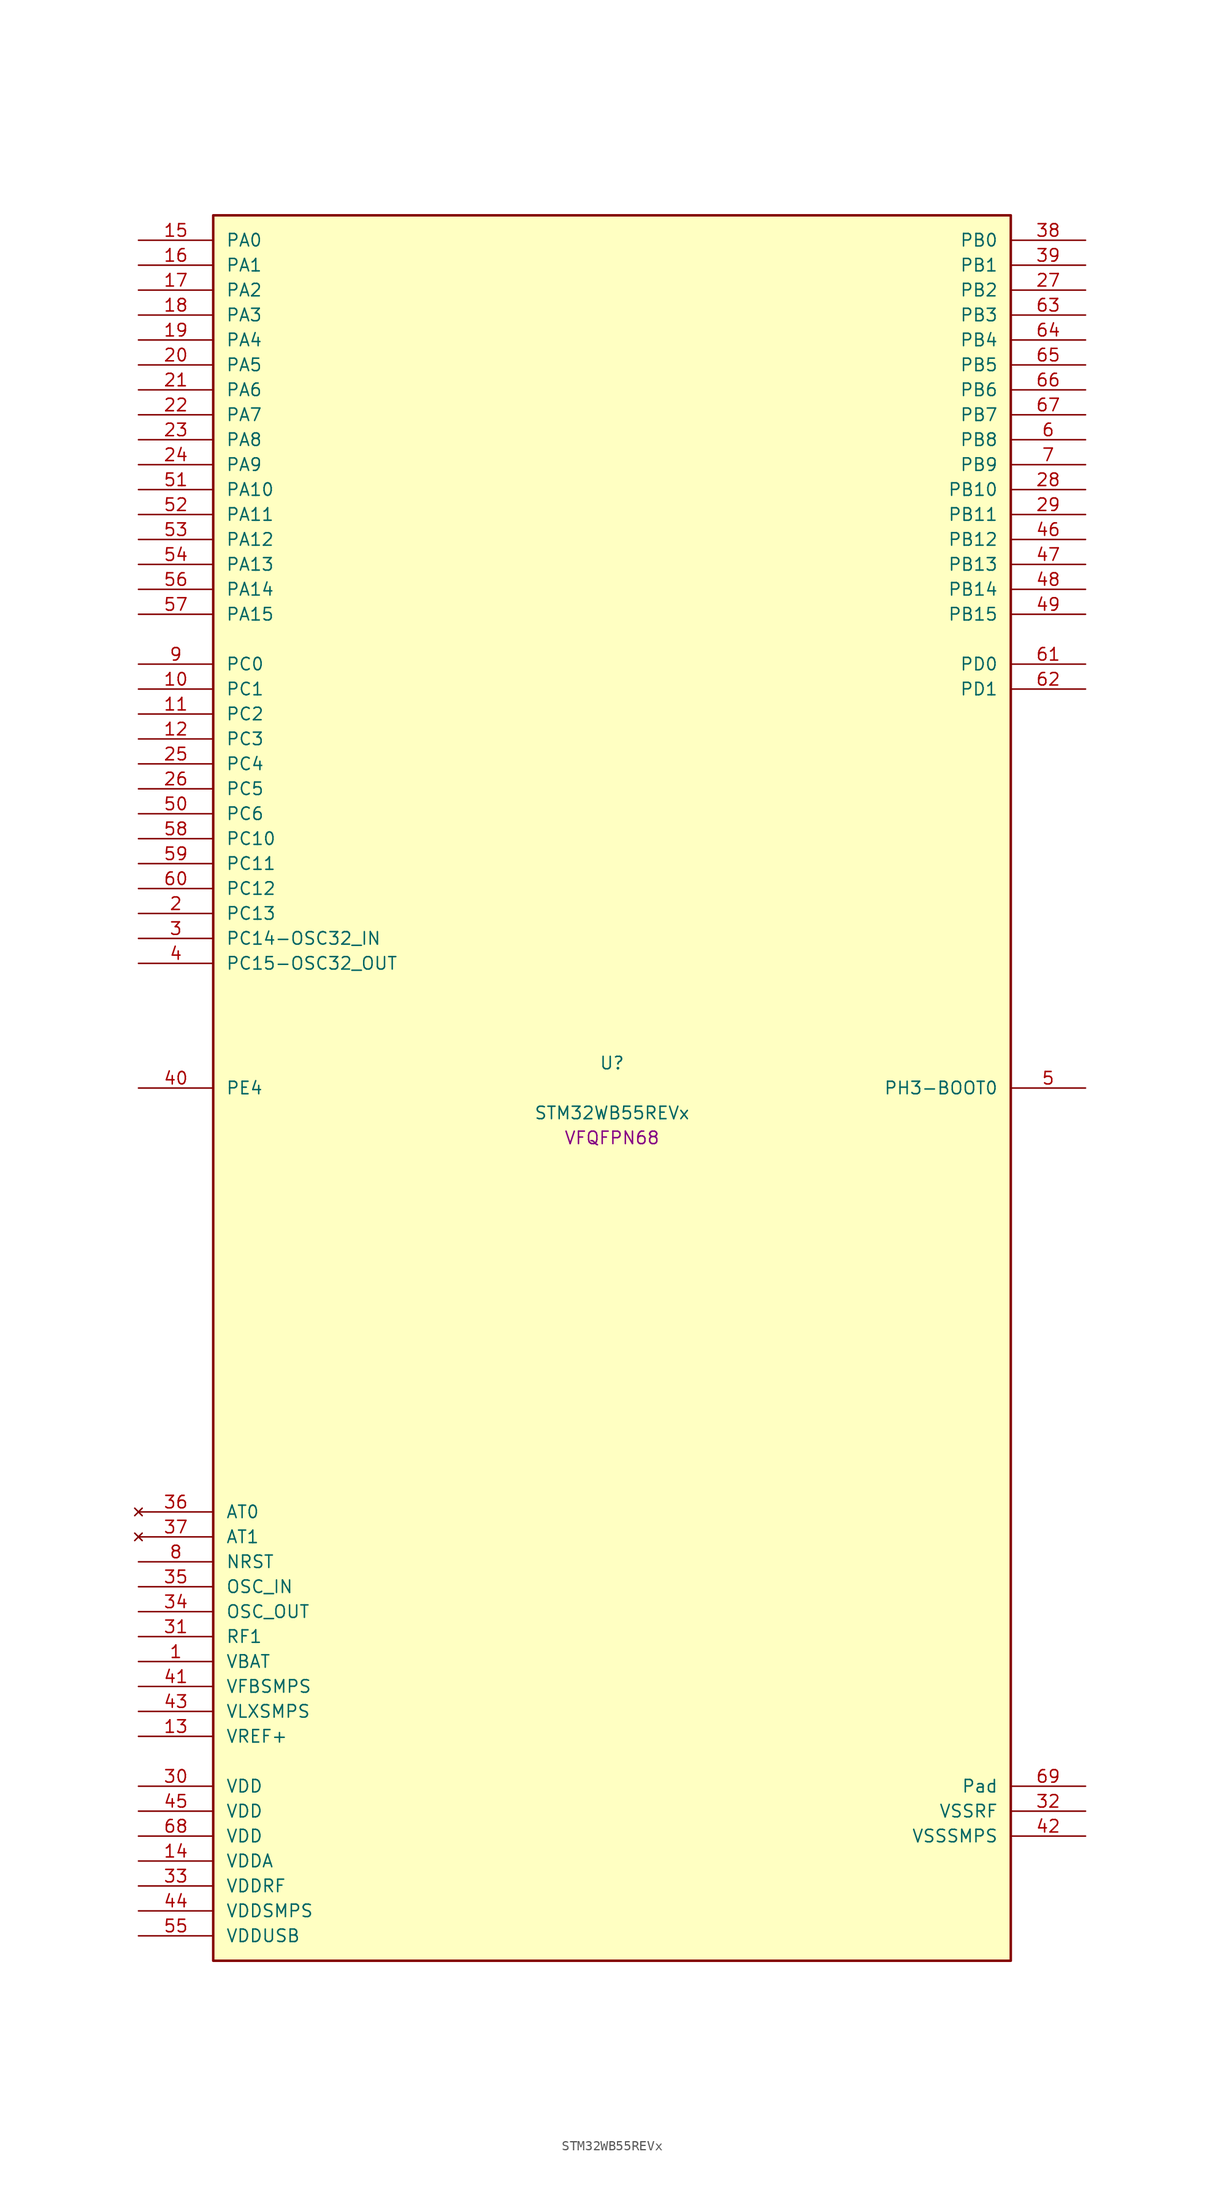
<source format=kicad_sym>
(kicad_symbol_lib
  (version 20241209)
  (generator "stm32_pkl_generator")
  (generator_version "1.0")
  (symbol "STM32WB55REVx"
    (pin_names
      (offset 1.27))
    (property "Reference" "U"
      (at 0 2.54 0))
    (property "Value" "STM32WB55REVx"
      (at 0 -2.54 0))
    (property "Footprint" "VFQFPN68"
      (at 0 -5.08 0))
    (symbol "STM32WB55REVx_1_1"
      (rectangle (start -40.64 88.9) (end 40.64 -88.9) (stroke (width 0.254) (type solid)) (fill (type background)))
      (pin bidirectional line (at -48.26 86.36 0) (length 7.62) (name "PA0") (number "15") (alternate "PA0/ADC1_IN5" bidirectional line) (alternate "PA0/COMP1_INM" bidirectional line) (alternate "PA0/COMP1_OUT" bidirectional line) (alternate "PA0/RTC_TAMP2" bidirectional line) (alternate "PA0/SAI1_EXTCLK" bidirectional line) (alternate "PA0/SYS_WKUP1" bidirectional line) (alternate "PA0/TIM2_CH1" bidirectional line) (alternate "PA0/TIM2_ETR" bidirectional line))
      (pin bidirectional line (at -48.26 83.82 0) (length 7.62) (name "PA1") (number "16") (alternate "PA1/ADC1_IN6" bidirectional line) (alternate "PA1/COMP1_INP" bidirectional line) (alternate "PA1/I2C1_SMBA" bidirectional line) (alternate "PA1/LCD_SEG0" bidirectional line) (alternate "PA1/SPI1_SCK" bidirectional line) (alternate "PA1/TIM2_CH2" bidirectional line))
      (pin bidirectional line (at -48.26 81.28 0) (length 7.62) (name "PA2") (number "17") (alternate "PA2/ADC1_IN7" bidirectional line) (alternate "PA2/COMP2_INM" bidirectional line) (alternate "PA2/COMP2_OUT" bidirectional line) (alternate "PA2/LCD_SEG1" bidirectional line) (alternate "PA2/LPUART1_TX" bidirectional line) (alternate "PA2/QUADSPI_BK1_NCS" bidirectional line) (alternate "PA2/RCC_LSCO" bidirectional line) (alternate "PA2/SYS_WKUP4" bidirectional line) (alternate "PA2/TIM2_CH3" bidirectional line))
      (pin bidirectional line (at -48.26 78.74 0) (length 7.62) (name "PA3") (number "18") (alternate "PA3/ADC1_IN8" bidirectional line) (alternate "PA3/COMP2_INP" bidirectional line) (alternate "PA3/LCD_SEG2" bidirectional line) (alternate "PA3/LPUART1_RX" bidirectional line) (alternate "PA3/QUADSPI_CLK" bidirectional line) (alternate "PA3/SAI1_CK1" bidirectional line) (alternate "PA3/SAI1_MCLK_A" bidirectional line) (alternate "PA3/TIM2_CH4" bidirectional line))
      (pin bidirectional line (at -48.26 76.2 0) (length 7.62) (name "PA4") (number "19") (alternate "PA4/ADC1_IN9" bidirectional line) (alternate "PA4/COMP1_INM" bidirectional line) (alternate "PA4/COMP2_INM" bidirectional line) (alternate "PA4/LCD_SEG5" bidirectional line) (alternate "PA4/LPTIM2_OUT" bidirectional line) (alternate "PA4/SAI1_FS_B" bidirectional line) (alternate "PA4/SPI1_NSS" bidirectional line))
      (pin bidirectional line (at -48.26 73.66 0) (length 7.62) (name "PA5") (number "20") (alternate "PA5/ADC1_IN10" bidirectional line) (alternate "PA5/COMP1_INM" bidirectional line) (alternate "PA5/COMP2_INM" bidirectional line) (alternate "PA5/LPTIM2_ETR" bidirectional line) (alternate "PA5/SAI1_SD_B" bidirectional line) (alternate "PA5/SPI1_SCK" bidirectional line) (alternate "PA5/TIM2_CH1" bidirectional line) (alternate "PA5/TIM2_ETR" bidirectional line))
      (pin bidirectional line (at -48.26 71.12 0) (length 7.62) (name "PA6") (number "21") (alternate "PA6/ADC1_IN11" bidirectional line) (alternate "PA6/LCD_SEG3" bidirectional line) (alternate "PA6/LPUART1_CTS" bidirectional line) (alternate "PA6/QUADSPI_BK1_IO3" bidirectional line) (alternate "PA6/SPI1_MISO" bidirectional line) (alternate "PA6/TIM16_CH1" bidirectional line) (alternate "PA6/TIM1_BKIN" bidirectional line))
      (pin bidirectional line (at -48.26 68.58 0) (length 7.62) (name "PA7") (number "22") (alternate "PA7/ADC1_IN12" bidirectional line) (alternate "PA7/COMP2_OUT" bidirectional line) (alternate "PA7/I2C3_SCL" bidirectional line) (alternate "PA7/LCD_SEG4" bidirectional line) (alternate "PA7/QUADSPI_BK1_IO2" bidirectional line) (alternate "PA7/SPI1_MOSI" bidirectional line) (alternate "PA7/TIM17_CH1" bidirectional line) (alternate "PA7/TIM1_CH1N" bidirectional line))
      (pin bidirectional line (at -48.26 66.04 0) (length 7.62) (name "PA8") (number "23") (alternate "PA8/ADC1_IN15" bidirectional line) (alternate "PA8/LCD_COM0" bidirectional line) (alternate "PA8/LPTIM2_OUT" bidirectional line) (alternate "PA8/RCC_MCO" bidirectional line) (alternate "PA8/SAI1_CK2" bidirectional line) (alternate "PA8/SAI1_SCK_A" bidirectional line) (alternate "PA8/TIM1_CH1" bidirectional line) (alternate "PA8/USART1_CK" bidirectional line))
      (pin bidirectional line (at -48.26 63.5 0) (length 7.62) (name "PA9") (number "24") (alternate "PA9/ADC1_IN16" bidirectional line) (alternate "PA9/COMP1_INM" bidirectional line) (alternate "PA9/I2C1_SCL" bidirectional line) (alternate "PA9/LCD_COM1" bidirectional line) (alternate "PA9/SAI1_D2" bidirectional line) (alternate "PA9/SAI1_FS_A" bidirectional line) (alternate "PA9/SPI2_SCK" bidirectional line) (alternate "PA9/TIM1_CH2" bidirectional line) (alternate "PA9/USART1_TX" bidirectional line))
      (pin bidirectional line (at -48.26 60.96 0) (length 7.62) (name "PA10") (number "51") (alternate "PA10/CRS_SYNC" bidirectional line) (alternate "PA10/I2C1_SDA" bidirectional line) (alternate "PA10/LCD_COM2" bidirectional line) (alternate "PA10/SAI1_D1" bidirectional line) (alternate "PA10/SAI1_SD_A" bidirectional line) (alternate "PA10/TIM17_BKIN" bidirectional line) (alternate "PA10/TIM1_CH3" bidirectional line) (alternate "PA10/USART1_RX" bidirectional line))
      (pin bidirectional line (at -48.26 58.42 0) (length 7.62) (name "PA11") (number "52") (alternate "PA11/ADC1_EXTI11" bidirectional line) (alternate "PA11/SPI1_MISO" bidirectional line) (alternate "PA11/TIM1_BKIN2" bidirectional line) (alternate "PA11/TIM1_CH4" bidirectional line) (alternate "PA11/USART1_CTS" bidirectional line) (alternate "PA11/USART1_NSS" bidirectional line) (alternate "PA11/USB_DM" bidirectional line))
      (pin bidirectional line (at -48.26 55.88 0) (length 7.62) (name "PA12") (number "53") (alternate "PA12/LPUART1_RX" bidirectional line) (alternate "PA12/SPI1_MOSI" bidirectional line) (alternate "PA12/TIM1_ETR" bidirectional line) (alternate "PA12/USART1_DE" bidirectional line) (alternate "PA12/USART1_RTS" bidirectional line) (alternate "PA12/USB_DP" bidirectional line))
      (pin bidirectional line (at -48.26 53.34 0) (length 7.62) (name "PA13") (number "54") (alternate "PA13/IR_OUT" bidirectional line) (alternate "PA13/SAI1_SD_B" bidirectional line) (alternate "PA13/SYS_JTMS-SWDIO" bidirectional line) (alternate "PA13/USB_NOE" bidirectional line))
      (pin bidirectional line (at -48.26 50.8 0) (length 7.62) (name "PA14") (number "56") (alternate "PA14/I2C1_SMBA" bidirectional line) (alternate "PA14/LCD_SEG5" bidirectional line) (alternate "PA14/LPTIM1_OUT" bidirectional line) (alternate "PA14/SAI1_FS_B" bidirectional line) (alternate "PA14/SYS_JTCK-SWCLK" bidirectional line))
      (pin bidirectional line (at -48.26 48.26 0) (length 7.62) (name "PA15") (number "57") (alternate "PA15/ADC1_EXTI15" bidirectional line) (alternate "PA15/LCD_SEG17" bidirectional line) (alternate "PA15/RCC_MCO" bidirectional line) (alternate "PA15/SPI1_NSS" bidirectional line) (alternate "PA15/SYS_JTDI" bidirectional line) (alternate "PA15/TIM2_CH1" bidirectional line) (alternate "PA15/TIM2_ETR" bidirectional line) (alternate "PA15/TSC_G3_IO1" bidirectional line))
      (pin bidirectional line (at 48.26 86.36 180) (length 7.62) (name "PB0") (number "38") (alternate "PB0/COMP1_OUT" bidirectional line) (alternate "PB0/RF_TX_MOD_EXT_PA" bidirectional line))
      (pin bidirectional line (at 48.26 83.82 180) (length 7.62) (name "PB1") (number "39") (alternate "PB1/LPTIM2_IN1" bidirectional line) (alternate "PB1/LPUART1_DE" bidirectional line) (alternate "PB1/LPUART1_RTS" bidirectional line))
      (pin bidirectional line (at 48.26 81.28 180) (length 7.62) (name "PB2") (number "27") (alternate "PB2/COMP1_INP" bidirectional line) (alternate "PB2/I2C3_SMBA" bidirectional line) (alternate "PB2/LCD_VLCD" bidirectional line) (alternate "PB2/LPTIM1_OUT" bidirectional line) (alternate "PB2/RTC_OUT2" bidirectional line) (alternate "PB2/SAI1_EXTCLK" bidirectional line) (alternate "PB2/SPI1_NSS" bidirectional line))
      (pin bidirectional line (at 48.26 78.74 180) (length 7.62) (name "PB3") (number "63") (alternate "PB3/COMP2_INM" bidirectional line) (alternate "PB3/LCD_SEG7" bidirectional line) (alternate "PB3/SAI1_SCK_B" bidirectional line) (alternate "PB3/SPI1_SCK" bidirectional line) (alternate "PB3/SYS_JTDO-SWO" bidirectional line) (alternate "PB3/TIM2_CH2" bidirectional line) (alternate "PB3/USART1_DE" bidirectional line) (alternate "PB3/USART1_RTS" bidirectional line))
      (pin bidirectional line (at 48.26 76.2 180) (length 7.62) (name "PB4") (number "64") (alternate "PB4/COMP2_INP" bidirectional line) (alternate "PB4/I2C3_SDA" bidirectional line) (alternate "PB4/LCD_SEG8" bidirectional line) (alternate "PB4/SAI1_MCLK_B" bidirectional line) (alternate "PB4/SPI1_MISO" bidirectional line) (alternate "PB4/SYS_JTRST" bidirectional line) (alternate "PB4/TIM17_BKIN" bidirectional line) (alternate "PB4/TSC_G2_IO1" bidirectional line) (alternate "PB4/USART1_CTS" bidirectional line) (alternate "PB4/USART1_NSS" bidirectional line))
      (pin bidirectional line (at 48.26 73.66 180) (length 7.62) (name "PB5") (number "65") (alternate "PB5/COMP2_OUT" bidirectional line) (alternate "PB5/I2C1_SMBA" bidirectional line) (alternate "PB5/LCD_SEG9" bidirectional line) (alternate "PB5/LPTIM1_IN1" bidirectional line) (alternate "PB5/LPUART1_TX" bidirectional line) (alternate "PB5/SAI1_SD_B" bidirectional line) (alternate "PB5/SPI1_MOSI" bidirectional line) (alternate "PB5/TIM16_BKIN" bidirectional line) (alternate "PB5/TSC_G2_IO2" bidirectional line) (alternate "PB5/USART1_CK" bidirectional line))
      (pin bidirectional line (at 48.26 71.12 180) (length 7.62) (name "PB6") (number "66") (alternate "PB6/COMP2_INP" bidirectional line) (alternate "PB6/I2C1_SCL" bidirectional line) (alternate "PB6/LCD_SEG6" bidirectional line) (alternate "PB6/LPTIM1_ETR" bidirectional line) (alternate "PB6/RCC_MCO" bidirectional line) (alternate "PB6/SAI1_FS_B" bidirectional line) (alternate "PB6/TIM16_CH1N" bidirectional line) (alternate "PB6/TSC_G2_IO3" bidirectional line) (alternate "PB6/USART1_TX" bidirectional line))
      (pin bidirectional line (at 48.26 68.58 180) (length 7.62) (name "PB7") (number "67") (alternate "PB7/COMP2_INM" bidirectional line) (alternate "PB7/I2C1_SDA" bidirectional line) (alternate "PB7/LCD_SEG21" bidirectional line) (alternate "PB7/LPTIM1_IN2" bidirectional line) (alternate "PB7/SYS_PVD_IN" bidirectional line) (alternate "PB7/TIM17_CH1N" bidirectional line) (alternate "PB7/TIM1_BKIN" bidirectional line) (alternate "PB7/TSC_G2_IO4" bidirectional line) (alternate "PB7/USART1_RX" bidirectional line))
      (pin bidirectional line (at 48.26 66.04 180) (length 7.62) (name "PB8") (number "6") (alternate "PB8/I2C1_SCL" bidirectional line) (alternate "PB8/LCD_SEG16" bidirectional line) (alternate "PB8/QUADSPI_BK1_IO1" bidirectional line) (alternate "PB8/SAI1_CK1" bidirectional line) (alternate "PB8/SAI1_MCLK_A" bidirectional line) (alternate "PB8/TIM16_CH1" bidirectional line) (alternate "PB8/TIM1_CH2N" bidirectional line))
      (pin bidirectional line (at 48.26 63.5 180) (length 7.62) (name "PB9") (number "7") (alternate "PB9/I2C1_SDA" bidirectional line) (alternate "PB9/IR_OUT" bidirectional line) (alternate "PB9/LCD_COM3" bidirectional line) (alternate "PB9/QUADSPI_BK1_IO0" bidirectional line) (alternate "PB9/SAI1_D2" bidirectional line) (alternate "PB9/SAI1_FS_A" bidirectional line) (alternate "PB9/SPI2_NSS" bidirectional line) (alternate "PB9/TIM17_CH1" bidirectional line) (alternate "PB9/TIM1_CH3N" bidirectional line))
      (pin bidirectional line (at 48.26 60.96 180) (length 7.62) (name "PB10") (number "28") (alternate "PB10/COMP1_OUT" bidirectional line) (alternate "PB10/I2C3_SCL" bidirectional line) (alternate "PB10/LCD_SEG10" bidirectional line) (alternate "PB10/LPUART1_RX" bidirectional line) (alternate "PB10/QUADSPI_CLK" bidirectional line) (alternate "PB10/SAI1_SCK_A" bidirectional line) (alternate "PB10/SPI2_SCK" bidirectional line) (alternate "PB10/TIM2_CH3" bidirectional line) (alternate "PB10/TSC_SYNC" bidirectional line))
      (pin bidirectional line (at 48.26 58.42 180) (length 7.62) (name "PB11") (number "29") (alternate "PB11/ADC1_EXTI11" bidirectional line) (alternate "PB11/COMP2_OUT" bidirectional line) (alternate "PB11/I2C3_SDA" bidirectional line) (alternate "PB11/LCD_SEG11" bidirectional line) (alternate "PB11/LPUART1_TX" bidirectional line) (alternate "PB11/QUADSPI_BK1_NCS" bidirectional line) (alternate "PB11/TIM2_CH4" bidirectional line))
      (pin bidirectional line (at 48.26 55.88 180) (length 7.62) (name "PB12") (number "46") (alternate "PB12/I2C3_SMBA" bidirectional line) (alternate "PB12/LCD_SEG12" bidirectional line) (alternate "PB12/LPUART1_DE" bidirectional line) (alternate "PB12/LPUART1_RTS" bidirectional line) (alternate "PB12/SAI1_FS_A" bidirectional line) (alternate "PB12/SPI2_NSS" bidirectional line) (alternate "PB12/TIM1_BKIN" bidirectional line) (alternate "PB12/TSC_G1_IO1" bidirectional line))
      (pin bidirectional line (at 48.26 53.34 180) (length 7.62) (name "PB13") (number "47") (alternate "PB13/I2C3_SCL" bidirectional line) (alternate "PB13/LCD_SEG13" bidirectional line) (alternate "PB13/LPUART1_CTS" bidirectional line) (alternate "PB13/SAI1_SCK_A" bidirectional line) (alternate "PB13/SPI2_SCK" bidirectional line) (alternate "PB13/TIM1_CH1N" bidirectional line) (alternate "PB13/TSC_G1_IO2" bidirectional line))
      (pin bidirectional line (at 48.26 50.8 180) (length 7.62) (name "PB14") (number "48") (alternate "PB14/I2C3_SDA" bidirectional line) (alternate "PB14/LCD_SEG14" bidirectional line) (alternate "PB14/SAI1_MCLK_A" bidirectional line) (alternate "PB14/SPI2_MISO" bidirectional line) (alternate "PB14/TIM1_CH2N" bidirectional line) (alternate "PB14/TSC_G1_IO3" bidirectional line))
      (pin bidirectional line (at 48.26 48.26 180) (length 7.62) (name "PB15") (number "49") (alternate "PB15/ADC1_EXTI15" bidirectional line) (alternate "PB15/LCD_SEG15" bidirectional line) (alternate "PB15/RTC_REFIN" bidirectional line) (alternate "PB15/SAI1_SD_A" bidirectional line) (alternate "PB15/SPI2_MOSI" bidirectional line) (alternate "PB15/TIM1_CH3N" bidirectional line) (alternate "PB15/TSC_G1_IO4" bidirectional line))
      (pin bidirectional line (at -48.26 43.18 0) (length 7.62) (name "PC0") (number "9") (alternate "PC0/ADC1_IN1" bidirectional line) (alternate "PC0/I2C3_SCL" bidirectional line) (alternate "PC0/LCD_SEG18" bidirectional line) (alternate "PC0/LPTIM1_IN1" bidirectional line) (alternate "PC0/LPTIM2_IN1" bidirectional line) (alternate "PC0/LPUART1_RX" bidirectional line))
      (pin bidirectional line (at -48.26 40.64 0) (length 7.62) (name "PC1") (number "10") (alternate "PC1/ADC1_IN2" bidirectional line) (alternate "PC1/I2C3_SDA" bidirectional line) (alternate "PC1/LCD_SEG19" bidirectional line) (alternate "PC1/LPTIM1_OUT" bidirectional line) (alternate "PC1/LPUART1_TX" bidirectional line) (alternate "PC1/SPI2_MOSI" bidirectional line))
      (pin bidirectional line (at -48.26 38.1 0) (length 7.62) (name "PC2") (number "11") (alternate "PC2/ADC1_IN3" bidirectional line) (alternate "PC2/LCD_SEG20" bidirectional line) (alternate "PC2/LPTIM1_IN2" bidirectional line) (alternate "PC2/SPI2_MISO" bidirectional line))
      (pin bidirectional line (at -48.26 35.56 0) (length 7.62) (name "PC3") (number "12") (alternate "PC3/ADC1_IN4" bidirectional line) (alternate "PC3/LCD_VLCD" bidirectional line) (alternate "PC3/LPTIM1_ETR" bidirectional line) (alternate "PC3/LPTIM2_ETR" bidirectional line) (alternate "PC3/SAI1_D1" bidirectional line) (alternate "PC3/SAI1_SD_A" bidirectional line) (alternate "PC3/SPI2_MOSI" bidirectional line))
      (pin bidirectional line (at -48.26 33.02 0) (length 7.62) (name "PC4") (number "25") (alternate "PC4/ADC1_IN13" bidirectional line) (alternate "PC4/COMP1_INM" bidirectional line) (alternate "PC4/LCD_SEG22" bidirectional line))
      (pin bidirectional line (at -48.26 30.48 0) (length 7.62) (name "PC5") (number "26") (alternate "PC5/ADC1_IN14" bidirectional line) (alternate "PC5/COMP1_INP" bidirectional line) (alternate "PC5/LCD_SEG23" bidirectional line) (alternate "PC5/SAI1_D3" bidirectional line) (alternate "PC5/SYS_WKUP5" bidirectional line))
      (pin bidirectional line (at -48.26 27.94 0) (length 7.62) (name "PC6") (number "50") (alternate "PC6/LCD_SEG24" bidirectional line))
      (pin bidirectional line (at -48.26 25.4 0) (length 7.62) (name "PC10") (number "58") (alternate "PC10/LCD_COM4" bidirectional line) (alternate "PC10/LCD_SEG28" bidirectional line) (alternate "PC10/LCD_SEG40" bidirectional line) (alternate "PC10/SYS_TRACED1" bidirectional line) (alternate "PC10/TSC_G3_IO2" bidirectional line))
      (pin bidirectional line (at -48.26 22.86 0) (length 7.62) (name "PC11") (number "59") (alternate "PC11/ADC1_EXTI11" bidirectional line) (alternate "PC11/LCD_COM5" bidirectional line) (alternate "PC11/LCD_SEG29" bidirectional line) (alternate "PC11/LCD_SEG41" bidirectional line) (alternate "PC11/TSC_G3_IO3" bidirectional line))
      (pin bidirectional line (at -48.26 20.32 0) (length 7.62) (name "PC12") (number "60") (alternate "PC12/LCD_COM6" bidirectional line) (alternate "PC12/LCD_SEG30" bidirectional line) (alternate "PC12/LCD_SEG42" bidirectional line) (alternate "PC12/RCC_LSCO" bidirectional line) (alternate "PC12/RTC_TAMP3" bidirectional line) (alternate "PC12/SYS_TRACED3" bidirectional line) (alternate "PC12/SYS_WKUP3" bidirectional line) (alternate "PC12/TSC_G3_IO4" bidirectional line))
      (pin bidirectional line (at -48.26 17.78 0) (length 7.62) (name "PC13") (number "2") (alternate "PC13/RTC_OUT1" bidirectional line) (alternate "PC13/RTC_TAMP1" bidirectional line) (alternate "PC13/RTC_TS" bidirectional line) (alternate "PC13/SYS_WKUP2" bidirectional line))
      (pin bidirectional line (at -48.26 15.24 0) (length 7.62) (name "PC14-OSC32_IN") (number "3") (alternate "PC14-OSC32_IN/RCC_OSC32_IN" bidirectional line))
      (pin bidirectional line (at -48.26 12.7 0) (length 7.62) (name "PC15-OSC32_OUT") (number "4") (alternate "PC15-OSC32_OUT/ADC1_EXTI15" bidirectional line) (alternate "PC15-OSC32_OUT/RCC_OSC32_OUT" bidirectional line))
      (pin bidirectional line (at 48.26 43.18 180) (length 7.62) (name "PD0") (number "61") (alternate "PD0/SPI2_NSS" bidirectional line))
      (pin bidirectional line (at 48.26 40.64 180) (length 7.62) (name "PD1") (number "62") (alternate "PD1/SPI2_SCK" bidirectional line))
      (pin bidirectional line (at -48.26 0 0) (length 7.62) (name "PE4") (number "40"))
      (pin bidirectional line (at 48.26 0 180) (length 7.62) (name "PH3-BOOT0") (number "5") (alternate "PH3-BOOT0/RCC_LSCO" bidirectional line))
      (pin no_connect line (at -48.26 -43.18 0) (length 7.62) (name "AT0") (number "36"))
      (pin no_connect line (at -48.26 -45.72 0) (length 7.62) (name "AT1") (number "37"))
      (pin input line (at -48.26 -48.26 0) (length 7.62) (name "NRST") (number "8"))
      (pin bidirectional line (at -48.26 -50.8 0) (length 7.62) (name "OSC_IN") (number "35") (alternate "OSC_IN/RCC_OSC_IN" bidirectional line))
      (pin bidirectional line (at -48.26 -53.34 0) (length 7.62) (name "OSC_OUT") (number "34") (alternate "OSC_OUT/RCC_OSC_OUT" bidirectional line))
      (pin bidirectional line (at -48.26 -55.88 0) (length 7.62) (name "RF1") (number "31") (alternate "RF1/RF_RF1" bidirectional line))
      (pin power_in line (at -48.26 -58.42 0) (length 7.62) (name "VBAT") (number "1"))
      (pin power_in line (at -48.26 -60.96 0) (length 7.62) (name "VFBSMPS") (number "41"))
      (pin power_in line (at -48.26 -63.5 0) (length 7.62) (name "VLXSMPS") (number "43"))
      (pin bidirectional line (at -48.26 -66.04 0) (length 7.62) (name "VREF+") (number "13") (alternate "VREF+/VREFBUF_OUT" bidirectional line))
      (pin power_in line (at -48.26 -71.12 0) (length 7.62) (name "VDD") (number "30"))
      (pin power_in line (at -48.26 -73.66 0) (length 7.62) (name "VDD") (number "45"))
      (pin power_in line (at -48.26 -76.2 0) (length 7.62) (name "VDD") (number "68"))
      (pin power_in line (at -48.26 -78.74 0) (length 7.62) (name "VDDA") (number "14"))
      (pin power_in line (at -48.26 -81.28 0) (length 7.62) (name "VDDRF") (number "33"))
      (pin power_in line (at -48.26 -83.82 0) (length 7.62) (name "VDDSMPS") (number "44"))
      (pin power_in line (at -48.26 -86.36 0) (length 7.62) (name "VDDUSB") (number "55"))
      (pin passive line (at 48.26 -71.12 180) (length 7.62) (name "Pad") (number "69"))
      (pin power_in line (at 48.26 -73.66 180) (length 7.62) (name "VSSRF") (number "32"))
      (pin power_in line (at 48.26 -76.2 180) (length 7.62) (name "VSSSMPS") (number "42")))))
</source>
